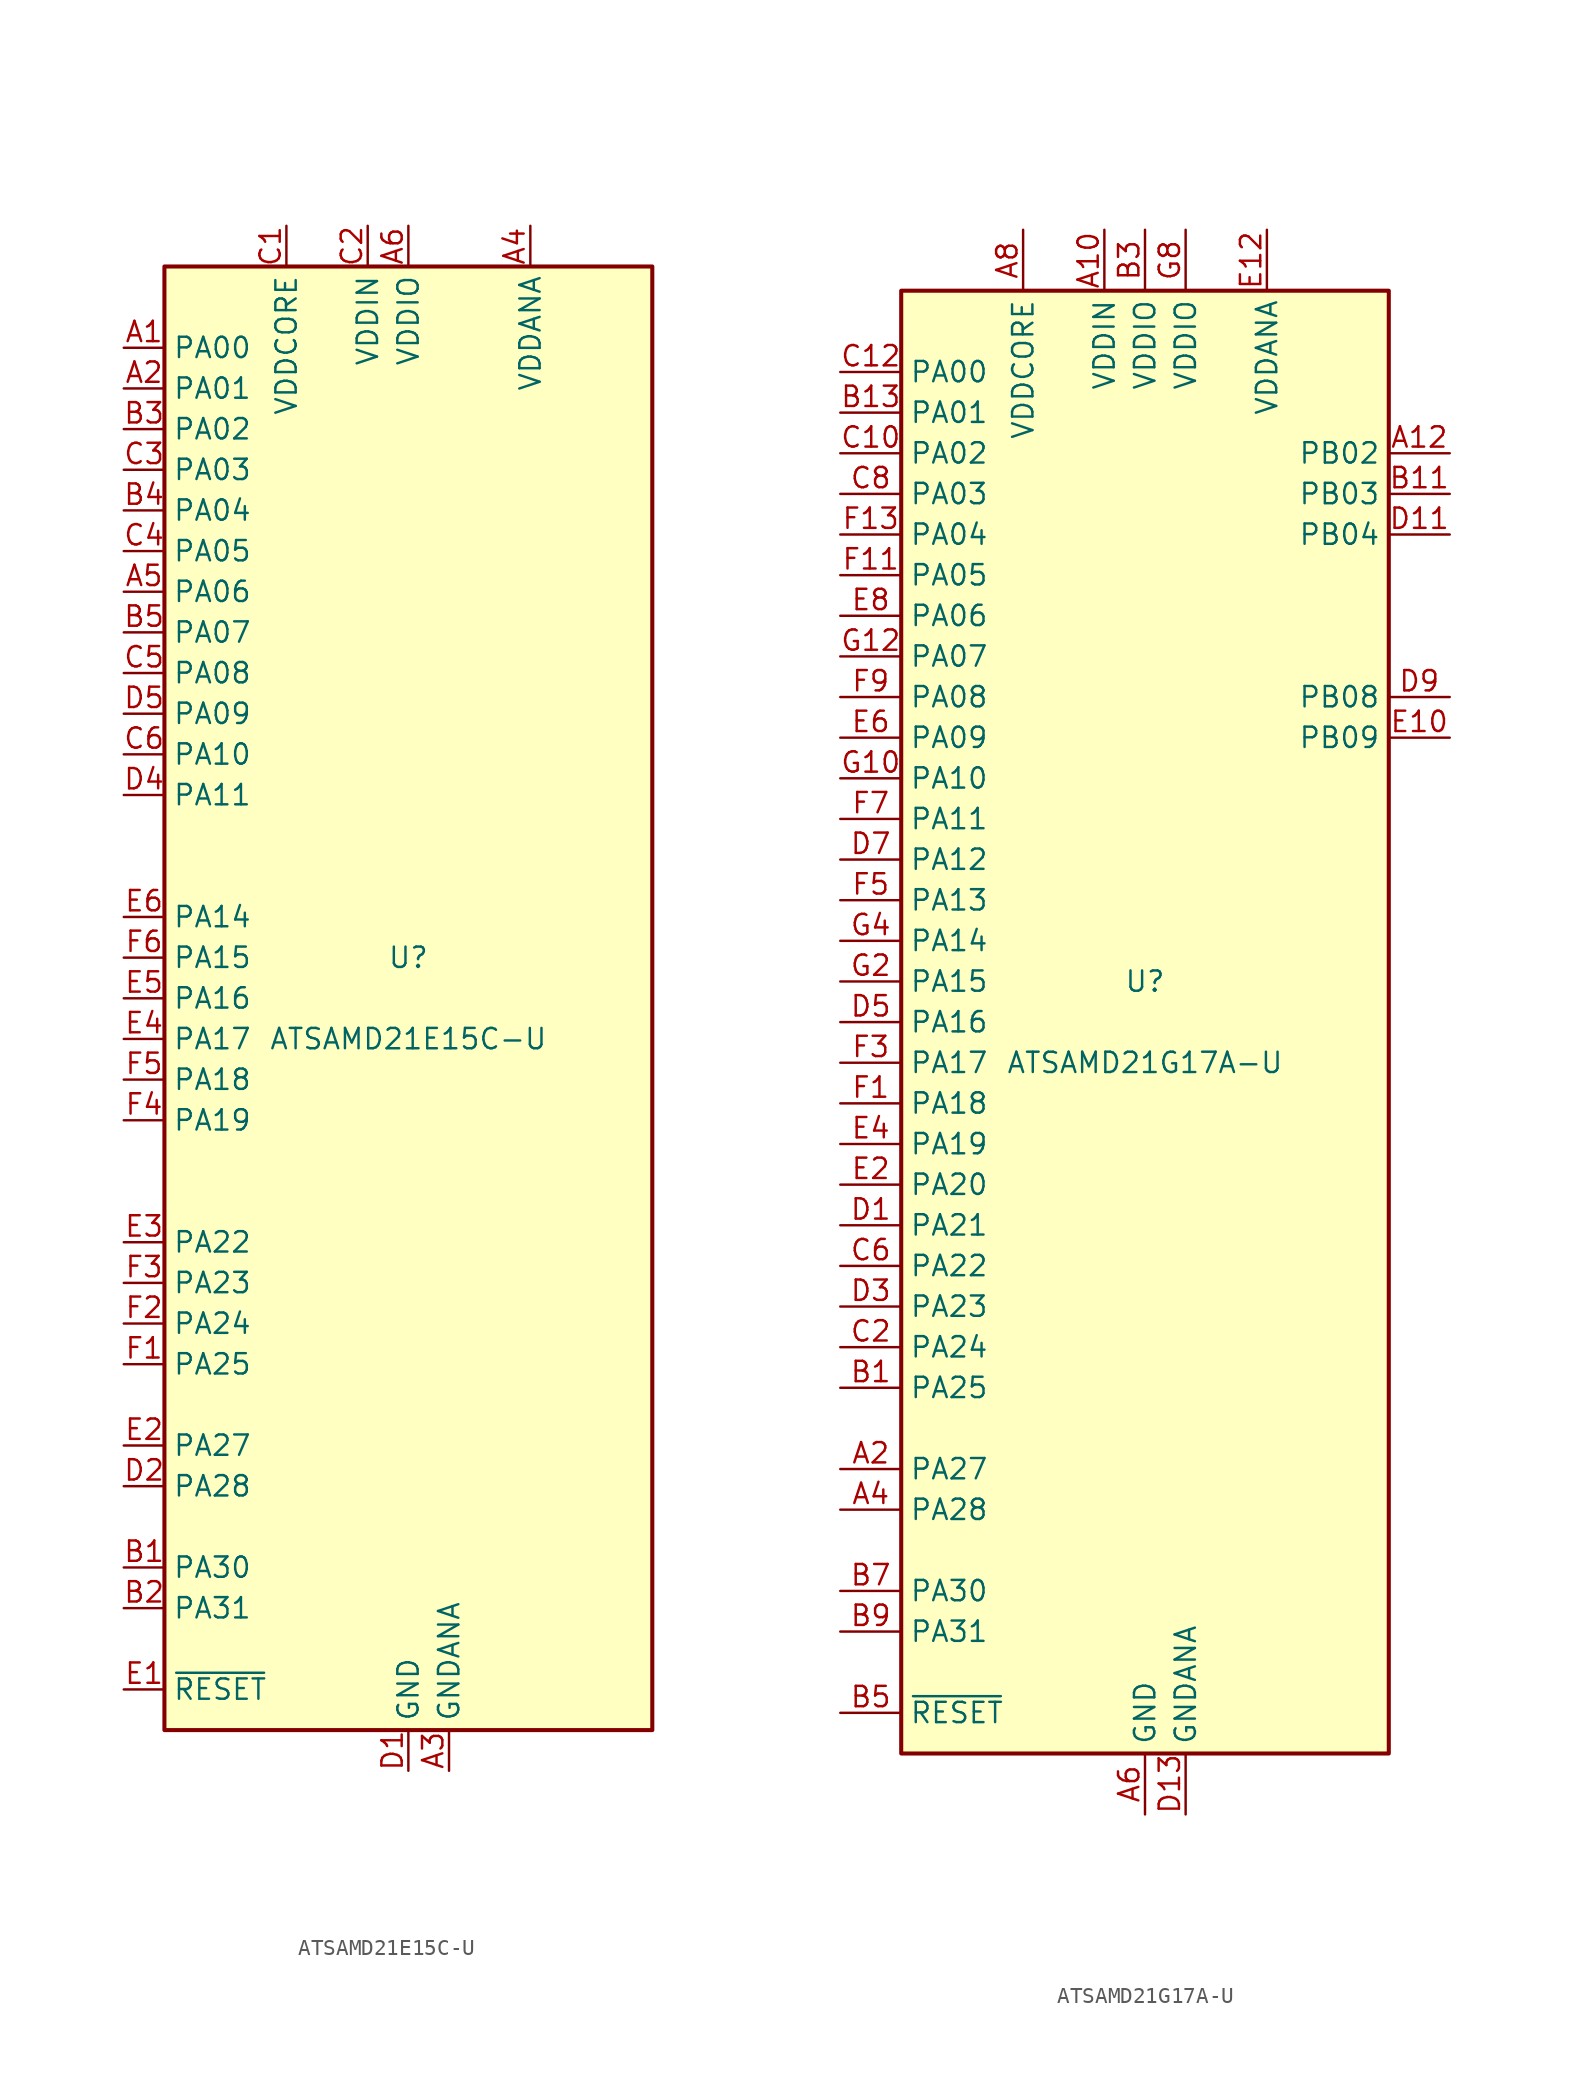
<source format=kicad_sym>
(kicad_symbol_lib
  (version 20201005)
  (generator kicad_symbol_editor)
  (symbol "MCU_Microchip_SAMD:ATSAMD21E15C-U"
    (property "Reference" "U"
      (at 0 2.54 0)
      (effects (font (size 1.27 1.27))))
    (property "Value" "ATSAMD21E15C-U"
      (at 0 -2.54 0)
      (effects (font (size 1.27 1.27))))
    (symbol "ATSAMD21E15C-U_1_1"
      (rectangle (start -15.24 45.72) (end 15.24 -45.72) (stroke (width 0.254)) (fill (type background)))
      (pin bidirectional line (at -17.78 40.64 0) (length 2.54) (name "PA00" (effects (font (size 1.27 1.27)))) (number "A1" (effects (font (size 1.27 1.27)))))
      (pin bidirectional line (at -17.78 38.1 0) (length 2.54) (name "PA01" (effects (font (size 1.27 1.27)))) (number "A2" (effects (font (size 1.27 1.27)))))
      (pin power_in line (at 2.54 -48.26 90) (length 2.54) (name "GNDANA" (effects (font (size 1.27 1.27)))) (number "A3" (effects (font (size 1.27 1.27)))))
      (pin power_in line (at 7.62 48.26 270) (length 2.54) (name "VDDANA" (effects (font (size 1.27 1.27)))) (number "A4" (effects (font (size 1.27 1.27)))))
      (pin bidirectional line (at -17.78 25.4 0) (length 2.54) (name "PA06" (effects (font (size 1.27 1.27)))) (number "A5" (effects (font (size 1.27 1.27)))))
      (pin power_in line (at 0 48.26 270) (length 2.54) (name "VDDIO" (effects (font (size 1.27 1.27)))) (number "A6" (effects (font (size 1.27 1.27)))))
      (pin bidirectional line (at -17.78 -35.56 0) (length 2.54) (name "PA30" (effects (font (size 1.27 1.27)))) (number "B1" (effects (font (size 1.27 1.27)))))
      (pin bidirectional line (at -17.78 -38.1 0) (length 2.54) (name "PA31" (effects (font (size 1.27 1.27)))) (number "B2" (effects (font (size 1.27 1.27)))))
      (pin bidirectional line (at -17.78 35.56 0) (length 2.54) (name "PA02" (effects (font (size 1.27 1.27)))) (number "B3" (effects (font (size 1.27 1.27)))))
      (pin bidirectional line (at -17.78 30.48 0) (length 2.54) (name "PA04" (effects (font (size 1.27 1.27)))) (number "B4" (effects (font (size 1.27 1.27)))))
      (pin bidirectional line (at -17.78 22.86 0) (length 2.54) (name "PA07" (effects (font (size 1.27 1.27)))) (number "B5" (effects (font (size 1.27 1.27)))))
      (pin power_out line (at -7.62 48.26 270) (length 2.54) (name "VDDCORE" (effects (font (size 1.27 1.27)))) (number "C1" (effects (font (size 1.27 1.27)))))
      (pin power_in line (at -2.54 48.26 270) (length 2.54) (name "VDDIN" (effects (font (size 1.27 1.27)))) (number "C2" (effects (font (size 1.27 1.27)))))
      (pin bidirectional line (at -17.78 33.02 0) (length 2.54) (name "PA03" (effects (font (size 1.27 1.27)))) (number "C3" (effects (font (size 1.27 1.27)))))
      (pin bidirectional line (at -17.78 27.94 0) (length 2.54) (name "PA05" (effects (font (size 1.27 1.27)))) (number "C4" (effects (font (size 1.27 1.27)))))
      (pin bidirectional line (at -17.78 20.32 0) (length 2.54) (name "PA08" (effects (font (size 1.27 1.27)))) (number "C5" (effects (font (size 1.27 1.27)))))
      (pin bidirectional line (at -17.78 15.24 0) (length 2.54) (name "PA10" (effects (font (size 1.27 1.27)))) (number "C6" (effects (font (size 1.27 1.27)))))
      (pin power_in line (at 0 -48.26 90) (length 2.54) (name "GND" (effects (font (size 1.27 1.27)))) (number "D1" (effects (font (size 1.27 1.27)))))
      (pin bidirectional line (at -17.78 -30.48 0) (length 2.54) (name "PA28" (effects (font (size 1.27 1.27)))) (number "D2" (effects (font (size 1.27 1.27)))))
      (pin passive line (at 0 -48.26 90) (length 2.54) hide (name "GND" (effects (font (size 1.27 1.27)))) (number "D3" (effects (font (size 1.27 1.27)))))
      (pin bidirectional line (at -17.78 12.7 0) (length 2.54) (name "PA11" (effects (font (size 1.27 1.27)))) (number "D4" (effects (font (size 1.27 1.27)))))
      (pin bidirectional line (at -17.78 17.78 0) (length 2.54) (name "PA09" (effects (font (size 1.27 1.27)))) (number "D5" (effects (font (size 1.27 1.27)))))
      (pin passive line (at 0 -48.26 90) (length 2.54) hide (name "GND" (effects (font (size 1.27 1.27)))) (number "D6" (effects (font (size 1.27 1.27)))))
      (pin input line (at -17.78 -43.18 0) (length 2.54) (name "~RESET" (effects (font (size 1.27 1.27)))) (number "E1" (effects (font (size 1.27 1.27)))))
      (pin bidirectional line (at -17.78 -27.94 0) (length 2.54) (name "PA27" (effects (font (size 1.27 1.27)))) (number "E2" (effects (font (size 1.27 1.27)))))
      (pin bidirectional line (at -17.78 -15.24 0) (length 2.54) (name "PA22" (effects (font (size 1.27 1.27)))) (number "E3" (effects (font (size 1.27 1.27)))))
      (pin bidirectional line (at -17.78 -2.54 0) (length 2.54) (name "PA17" (effects (font (size 1.27 1.27)))) (number "E4" (effects (font (size 1.27 1.27)))))
      (pin bidirectional line (at -17.78 0 0) (length 2.54) (name "PA16" (effects (font (size 1.27 1.27)))) (number "E5" (effects (font (size 1.27 1.27)))))
      (pin bidirectional line (at -17.78 5.08 0) (length 2.54) (name "PA14" (effects (font (size 1.27 1.27)))) (number "E6" (effects (font (size 1.27 1.27)))))
      (pin bidirectional line (at -17.78 -22.86 0) (length 2.54) (name "PA25" (effects (font (size 1.27 1.27)))) (number "F1" (effects (font (size 1.27 1.27)))))
      (pin bidirectional line (at -17.78 -20.32 0) (length 2.54) (name "PA24" (effects (font (size 1.27 1.27)))) (number "F2" (effects (font (size 1.27 1.27)))))
      (pin bidirectional line (at -17.78 -17.78 0) (length 2.54) (name "PA23" (effects (font (size 1.27 1.27)))) (number "F3" (effects (font (size 1.27 1.27)))))
      (pin bidirectional line (at -17.78 -7.62 0) (length 2.54) (name "PA19" (effects (font (size 1.27 1.27)))) (number "F4" (effects (font (size 1.27 1.27)))))
      (pin bidirectional line (at -17.78 -5.08 0) (length 2.54) (name "PA18" (effects (font (size 1.27 1.27)))) (number "F5" (effects (font (size 1.27 1.27)))))
      (pin bidirectional line (at -17.78 2.54 0) (length 2.54) (name "PA15" (effects (font (size 1.27 1.27)))) (number "F6" (effects (font (size 1.27 1.27)))))))
  (symbol "MCU_Microchip_SAMD:ATSAMD21G17A-U"
    (property "Reference" "U"
      (at 0 2.54 0)
      (effects (font (size 1.27 1.27))))
    (property "Value" "ATSAMD21G17A-U"
      (at 0 -2.54 0)
      (effects (font (size 1.27 1.27))))
    (symbol "ATSAMD21G17A-U_0_1"
      (rectangle (start -15.24 45.72) (end 15.24 -45.72) (stroke (width 0.254)) (fill (type background))))
    (symbol "ATSAMD21G17A-U_1_1"
      (pin power_in line (at -2.54 49.53 270) (length 3.81) (name "VDDIN" (effects (font (size 1.27 1.27)))) (number "A10" (effects (font (size 1.27 1.27)))))
      (pin bidirectional line (at 19.05 35.56 180) (length 3.81) (name "PB02" (effects (font (size 1.27 1.27)))) (number "A12" (effects (font (size 1.27 1.27)))))
      (pin bidirectional line (at -19.05 -27.94 0) (length 3.81) (name "PA27" (effects (font (size 1.27 1.27)))) (number "A2" (effects (font (size 1.27 1.27)))))
      (pin bidirectional line (at -19.05 -30.48 0) (length 3.81) (name "PA28" (effects (font (size 1.27 1.27)))) (number "A4" (effects (font (size 1.27 1.27)))))
      (pin power_in line (at 0 -49.53 90) (length 3.81) (name "GND" (effects (font (size 1.27 1.27)))) (number "A6" (effects (font (size 1.27 1.27)))))
      (pin power_out line (at -7.62 49.53 270) (length 3.81) (name "VDDCORE" (effects (font (size 1.27 1.27)))) (number "A8" (effects (font (size 1.27 1.27)))))
      (pin bidirectional line (at -19.05 -22.86 0) (length 3.81) (name "PA25" (effects (font (size 1.27 1.27)))) (number "B1" (effects (font (size 1.27 1.27)))))
      (pin bidirectional line (at 19.05 33.02 180) (length 3.81) (name "PB03" (effects (font (size 1.27 1.27)))) (number "B11" (effects (font (size 1.27 1.27)))))
      (pin bidirectional line (at -19.05 38.1 0) (length 3.81) (name "PA01" (effects (font (size 1.27 1.27)))) (number "B13" (effects (font (size 1.27 1.27)))))
      (pin power_in line (at 0 49.53 270) (length 3.81) (name "VDDIO" (effects (font (size 1.27 1.27)))) (number "B3" (effects (font (size 1.27 1.27)))))
      (pin input line (at -19.05 -43.18 0) (length 3.81) (name "~RESET" (effects (font (size 1.27 1.27)))) (number "B5" (effects (font (size 1.27 1.27)))))
      (pin bidirectional line (at -19.05 -35.56 0) (length 3.81) (name "PA30" (effects (font (size 1.27 1.27)))) (number "B7" (effects (font (size 1.27 1.27)))))
      (pin bidirectional line (at -19.05 -38.1 0) (length 3.81) (name "PA31" (effects (font (size 1.27 1.27)))) (number "B9" (effects (font (size 1.27 1.27)))))
      (pin bidirectional line (at -19.05 35.56 0) (length 3.81) (name "PA02" (effects (font (size 1.27 1.27)))) (number "C10" (effects (font (size 1.27 1.27)))))
      (pin bidirectional line (at -19.05 40.64 0) (length 3.81) (name "PA00" (effects (font (size 1.27 1.27)))) (number "C12" (effects (font (size 1.27 1.27)))))
      (pin bidirectional line (at -19.05 -20.32 0) (length 3.81) (name "PA24" (effects (font (size 1.27 1.27)))) (number "C2" (effects (font (size 1.27 1.27)))))
      (pin passive line (at 0 -49.53 90) (length 3.81) hide (name "GND" (effects (font (size 1.27 1.27)))) (number "C4" (effects (font (size 1.27 1.27)))))
      (pin bidirectional line (at -19.05 -15.24 0) (length 3.81) (name "PA22" (effects (font (size 1.27 1.27)))) (number "C6" (effects (font (size 1.27 1.27)))))
      (pin bidirectional line (at -19.05 33.02 0) (length 3.81) (name "PA03" (effects (font (size 1.27 1.27)))) (number "C8" (effects (font (size 1.27 1.27)))))
      (pin bidirectional line (at -19.05 -12.7 0) (length 3.81) (name "PA21" (effects (font (size 1.27 1.27)))) (number "D1" (effects (font (size 1.27 1.27)))))
      (pin bidirectional line (at 19.05 30.48 180) (length 3.81) (name "PB04" (effects (font (size 1.27 1.27)))) (number "D11" (effects (font (size 1.27 1.27)))))
      (pin power_in line (at 2.54 -49.53 90) (length 3.81) (name "GNDANA" (effects (font (size 1.27 1.27)))) (number "D13" (effects (font (size 1.27 1.27)))))
      (pin bidirectional line (at -19.05 -17.78 0) (length 3.81) (name "PA23" (effects (font (size 1.27 1.27)))) (number "D3" (effects (font (size 1.27 1.27)))))
      (pin bidirectional line (at -19.05 0 0) (length 3.81) (name "PA16" (effects (font (size 1.27 1.27)))) (number "D5" (effects (font (size 1.27 1.27)))))
      (pin bidirectional line (at -19.05 10.16 0) (length 3.81) (name "PA12" (effects (font (size 1.27 1.27)))) (number "D7" (effects (font (size 1.27 1.27)))))
      (pin bidirectional line (at 19.05 20.32 180) (length 3.81) (name "PB08" (effects (font (size 1.27 1.27)))) (number "D9" (effects (font (size 1.27 1.27)))))
      (pin bidirectional line (at 19.05 17.78 180) (length 3.81) (name "PB09" (effects (font (size 1.27 1.27)))) (number "E10" (effects (font (size 1.27 1.27)))))
      (pin power_in line (at 7.62 49.53 270) (length 3.81) (name "VDDANA" (effects (font (size 1.27 1.27)))) (number "E12" (effects (font (size 1.27 1.27)))))
      (pin bidirectional line (at -19.05 -10.16 0) (length 3.81) (name "PA20" (effects (font (size 1.27 1.27)))) (number "E2" (effects (font (size 1.27 1.27)))))
      (pin bidirectional line (at -19.05 -7.62 0) (length 3.81) (name "PA19" (effects (font (size 1.27 1.27)))) (number "E4" (effects (font (size 1.27 1.27)))))
      (pin bidirectional line (at -19.05 17.78 0) (length 3.81) (name "PA09" (effects (font (size 1.27 1.27)))) (number "E6" (effects (font (size 1.27 1.27)))))
      (pin bidirectional line (at -19.05 25.4 0) (length 3.81) (name "PA06" (effects (font (size 1.27 1.27)))) (number "E8" (effects (font (size 1.27 1.27)))))
      (pin bidirectional line (at -19.05 -5.08 0) (length 3.81) (name "PA18" (effects (font (size 1.27 1.27)))) (number "F1" (effects (font (size 1.27 1.27)))))
      (pin bidirectional line (at -19.05 27.94 0) (length 3.81) (name "PA05" (effects (font (size 1.27 1.27)))) (number "F11" (effects (font (size 1.27 1.27)))))
      (pin bidirectional line (at -19.05 30.48 0) (length 3.81) (name "PA04" (effects (font (size 1.27 1.27)))) (number "F13" (effects (font (size 1.27 1.27)))))
      (pin bidirectional line (at -19.05 -2.54 0) (length 3.81) (name "PA17" (effects (font (size 1.27 1.27)))) (number "F3" (effects (font (size 1.27 1.27)))))
      (pin bidirectional line (at -19.05 7.62 0) (length 3.81) (name "PA13" (effects (font (size 1.27 1.27)))) (number "F5" (effects (font (size 1.27 1.27)))))
      (pin bidirectional line (at -19.05 12.7 0) (length 3.81) (name "PA11" (effects (font (size 1.27 1.27)))) (number "F7" (effects (font (size 1.27 1.27)))))
      (pin bidirectional line (at -19.05 20.32 0) (length 3.81) (name "PA08" (effects (font (size 1.27 1.27)))) (number "F9" (effects (font (size 1.27 1.27)))))
      (pin bidirectional line (at -19.05 15.24 0) (length 3.81) (name "PA10" (effects (font (size 1.27 1.27)))) (number "G10" (effects (font (size 1.27 1.27)))))
      (pin bidirectional line (at -19.05 22.86 0) (length 3.81) (name "PA07" (effects (font (size 1.27 1.27)))) (number "G12" (effects (font (size 1.27 1.27)))))
      (pin bidirectional line (at -19.05 2.54 0) (length 3.81) (name "PA15" (effects (font (size 1.27 1.27)))) (number "G2" (effects (font (size 1.27 1.27)))))
      (pin bidirectional line (at -19.05 5.08 0) (length 3.81) (name "PA14" (effects (font (size 1.27 1.27)))) (number "G4" (effects (font (size 1.27 1.27)))))
      (pin passive line (at 0 -49.53 90) (length 3.81) hide (name "GND" (effects (font (size 1.27 1.27)))) (number "G6" (effects (font (size 1.27 1.27)))))
      (pin power_in line (at 2.54 49.53 270) (length 3.81) (name "VDDIO" (effects (font (size 1.27 1.27)))) (number "G8" (effects (font (size 1.27 1.27))))))))
</source>
